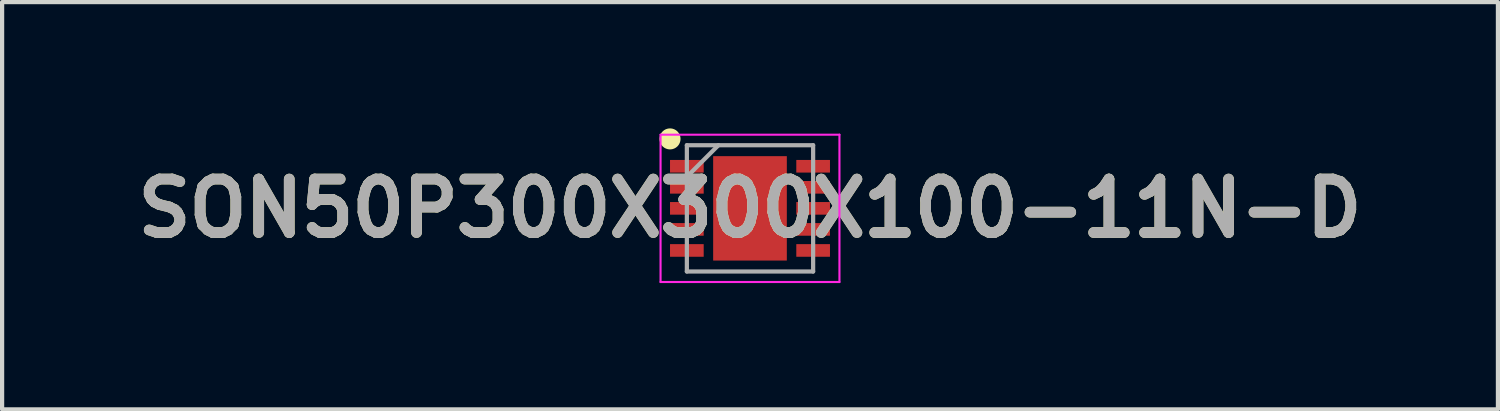
<source format=kicad_pcb>
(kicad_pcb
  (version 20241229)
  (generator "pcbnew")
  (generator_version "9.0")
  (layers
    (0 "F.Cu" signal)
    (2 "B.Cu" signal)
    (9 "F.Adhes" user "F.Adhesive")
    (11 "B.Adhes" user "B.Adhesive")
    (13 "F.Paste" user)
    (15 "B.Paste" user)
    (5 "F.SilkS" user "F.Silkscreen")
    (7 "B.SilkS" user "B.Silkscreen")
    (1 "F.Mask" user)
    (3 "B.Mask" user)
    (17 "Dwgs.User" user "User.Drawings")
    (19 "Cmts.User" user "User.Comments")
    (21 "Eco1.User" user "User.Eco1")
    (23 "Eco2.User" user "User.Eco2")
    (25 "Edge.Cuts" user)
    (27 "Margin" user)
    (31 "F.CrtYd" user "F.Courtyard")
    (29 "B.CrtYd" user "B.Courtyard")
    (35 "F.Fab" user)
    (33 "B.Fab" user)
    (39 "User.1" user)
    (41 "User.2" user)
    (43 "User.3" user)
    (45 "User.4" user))
  (footprint "SON50P300X300X100-11N-D"
    (layer "F.Cu")
    (at 14.768 1.9)
    (property "Reference" "SON50P300X300X100-11N-D" (at 0 0 0) (layer "F.SilkS") (effects (font (size 1.27 1.27) (thickness 0.254))))
    (attr smd)
    (fp_circle (center -1.9 -1.65) (end -1.9 -1.525) (stroke (width 0.25) (type solid)) (fill no) (layer "F.SilkS"))
    (fp_line (start -2.125 -1.75) (end 2.125 -1.75) (stroke (width 0.05) (type solid)) (layer "F.CrtYd"))
    (fp_line (start -2.125 1.75) (end -2.125 -1.75) (stroke (width 0.05) (type solid)) (layer "F.CrtYd"))
    (fp_line (start 2.125 -1.75) (end 2.125 1.75) (stroke (width 0.05) (type solid)) (layer "F.CrtYd"))
    (fp_line (start 2.125 1.75) (end -2.125 1.75) (stroke (width 0.05) (type solid)) (layer "F.CrtYd"))
    (fp_line (start -1.5 -1.5) (end 1.5 -1.5) (stroke (width 0.1) (type solid)) (layer "F.Fab"))
    (fp_line (start -1.5 -0.75) (end -0.75 -1.5) (stroke (width 0.1) (type solid)) (layer "F.Fab"))
    (fp_line (start -1.5 1.5) (end -1.5 -1.5) (stroke (width 0.1) (type solid)) (layer "F.Fab"))
    (fp_line (start 1.5 -1.5) (end 1.5 1.5) (stroke (width 0.1) (type solid)) (layer "F.Fab"))
    (fp_line (start 1.5 1.5) (end -1.5 1.5) (stroke (width 0.1) (type solid)) (layer "F.Fab"))
    (fp_text user "${REFERENCE}" (at 0 0 0) (layer "F.Fab") (effects (font (size 1.27 1.27) (thickness 0.254))))
    (pad "1" smd rect (at -1.5 -1 90) (size 0.3 0.8) (layers "F.Cu" "F.Mask" "F.Paste"))
    (pad "2" smd rect (at -1.5 -0.5 90) (size 0.3 0.8) (layers "F.Cu" "F.Mask" "F.Paste"))
    (pad "3" smd rect (at -1.5 0 90) (size 0.3 0.8) (layers "F.Cu" "F.Mask" "F.Paste"))
    (pad "4" smd rect (at -1.5 0.5 90) (size 0.3 0.8) (layers "F.Cu" "F.Mask" "F.Paste"))
    (pad "5" smd rect (at -1.5 1 90) (size 0.3 0.8) (layers "F.Cu" "F.Mask" "F.Paste"))
    (pad "6" smd rect (at 1.5 1 90) (size 0.3 0.8) (layers "F.Cu" "F.Mask" "F.Paste"))
    (pad "7" smd rect (at 1.5 0.5 90) (size 0.3 0.8) (layers "F.Cu" "F.Mask" "F.Paste"))
    (pad "8" smd rect (at 1.5 0 90) (size 0.3 0.8) (layers "F.Cu" "F.Mask" "F.Paste"))
    (pad "9" smd rect (at 1.5 -0.5 90) (size 0.3 0.8) (layers "F.Cu" "F.Mask" "F.Paste"))
    (pad "10" smd rect (at 1.5 -1 90) (size 0.3 0.8) (layers "F.Cu" "F.Mask" "F.Paste"))
    (pad "11" smd rect (at 0 0) (size 1.75 2.48) (layers "F.Cu" "F.Mask" "F.Paste")))
  (gr_rect
    (start -3 -3)
    (end 32.537 6.675)
    (stroke (width 0.1) (type default))
    (fill no)
    (layer "Edge.Cuts")))
</source>
